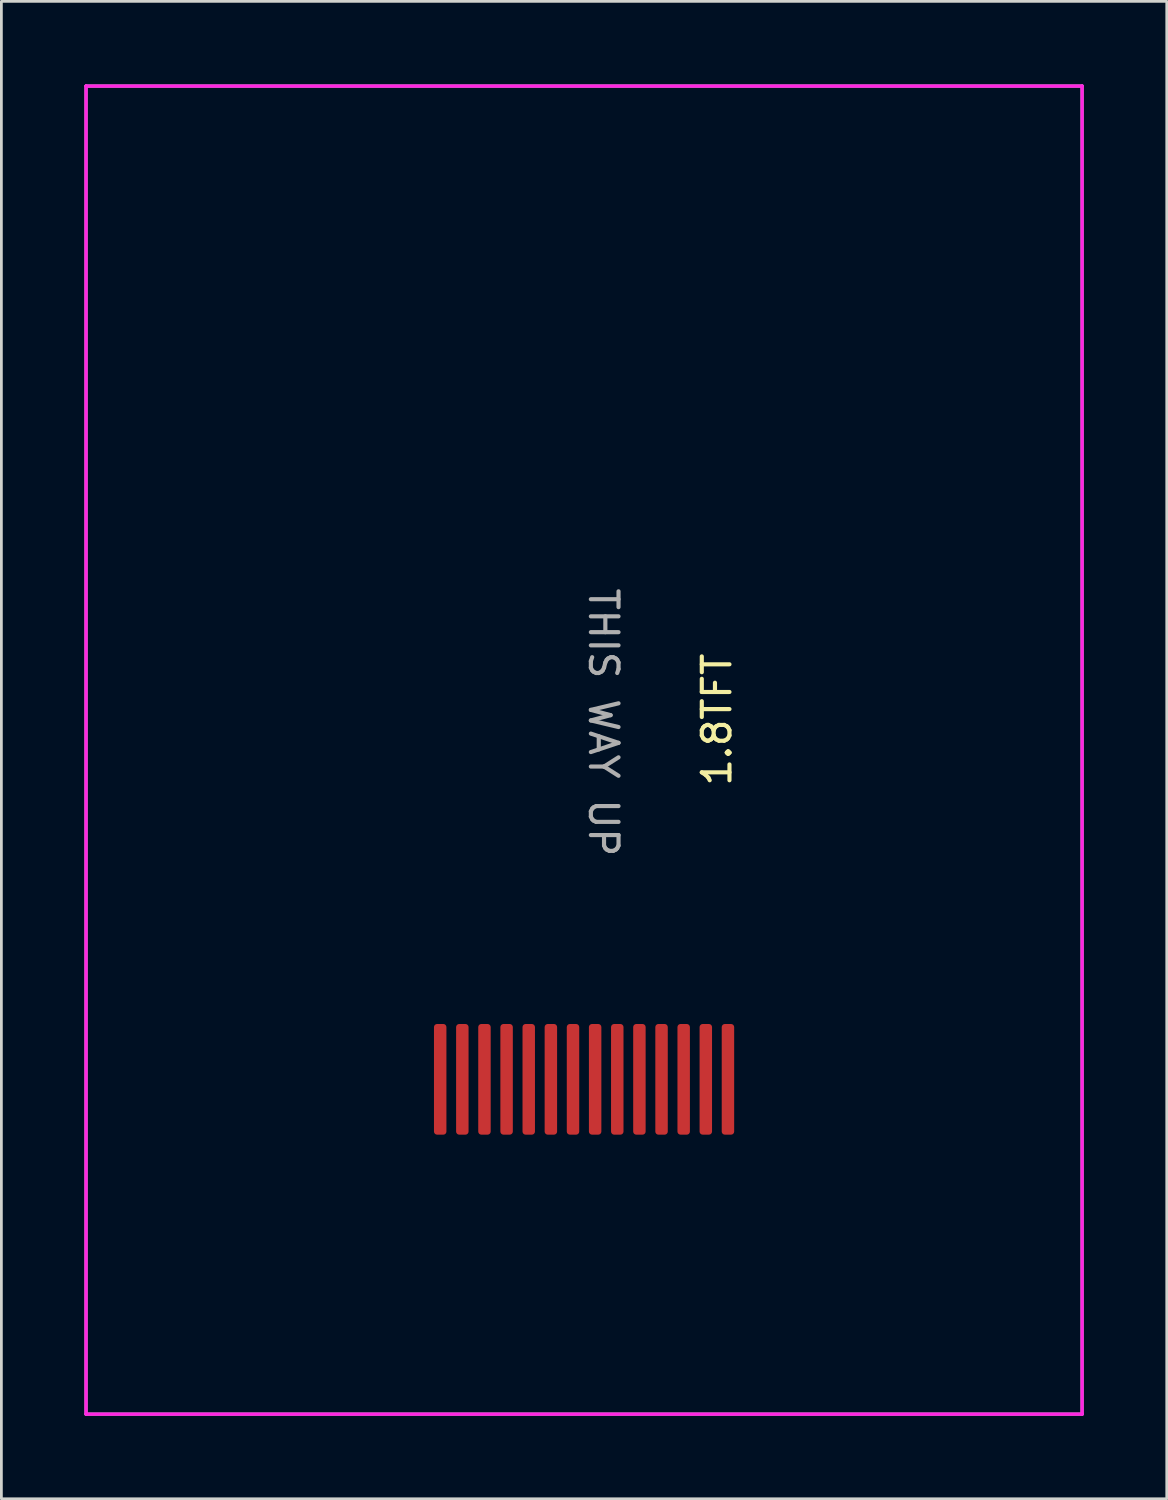
<source format=kicad_pcb>
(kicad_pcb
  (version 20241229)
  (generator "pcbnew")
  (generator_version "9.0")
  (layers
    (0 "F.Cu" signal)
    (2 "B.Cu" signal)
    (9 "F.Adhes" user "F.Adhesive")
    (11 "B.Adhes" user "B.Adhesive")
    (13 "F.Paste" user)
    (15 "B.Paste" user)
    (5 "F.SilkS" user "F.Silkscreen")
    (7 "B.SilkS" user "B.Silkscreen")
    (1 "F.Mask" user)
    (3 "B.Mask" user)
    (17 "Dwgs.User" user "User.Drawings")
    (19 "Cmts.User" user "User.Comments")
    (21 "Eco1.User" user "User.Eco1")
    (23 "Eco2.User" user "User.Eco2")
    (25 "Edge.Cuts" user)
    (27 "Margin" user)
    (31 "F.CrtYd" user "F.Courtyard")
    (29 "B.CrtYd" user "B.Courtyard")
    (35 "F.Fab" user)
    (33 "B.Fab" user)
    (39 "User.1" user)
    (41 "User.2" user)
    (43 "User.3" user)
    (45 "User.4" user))
  (footprint "1.8TFT"
    (layer "F.Cu")
    (at 18.06 23.06)
    (property "Reference" "1.8TFT" (at 4.8 -0.1 90) (layer "F.SilkS") (effects (font (size 1 1) (thickness 0.15))))
    (attr through_hole)
    (fp_line (start -18 -23) (end -18 25) (stroke (width 0.12) (type solid)) (layer "F.CrtYd"))
    (fp_line (start -18 25) (end 18 25) (stroke (width 0.12) (type solid)) (layer "F.CrtYd"))
    (fp_line (start 18 -23) (end -18 -23) (stroke (width 0.12) (type solid)) (layer "F.CrtYd"))
    (fp_line (start 18 25) (end 18 -23) (stroke (width 0.12) (type solid)) (layer "F.CrtYd"))
    (fp_line (start -18 -23) (end -18 25) (stroke (width 0.12) (type solid)) (layer "F.Fab"))
    (fp_line (start -18 25) (end 18 25) (stroke (width 0.12) (type solid)) (layer "F.Fab"))
    (fp_line (start 18 -23) (end -18 -23) (stroke (width 0.12) (type solid)) (layer "F.Fab"))
    (fp_line (start 18 25) (end 18 -23) (stroke (width 0.12) (type solid)) (layer "F.Fab"))
    (fp_text user "THIS WAY UP" (at 0.7 0 270) (unlocked yes) (layer "F.Fab") (effects (font (size 1 1) (thickness 0.15))))
    (pad "1" smd roundrect (at 5.2 12.9) (size 0.45 4) (layers "F.Cu" "F.Mask" "F.Paste") (roundrect_rratio 0.25))
    (pad "2" smd roundrect (at 4.4 12.9) (size 0.45 4) (layers "F.Cu" "F.Mask" "F.Paste") (roundrect_rratio 0.25))
    (pad "3" smd roundrect (at 3.6 12.9) (size 0.45 4) (layers "F.Cu" "F.Mask" "F.Paste") (roundrect_rratio 0.25))
    (pad "4" smd roundrect (at 2.8 12.9) (size 0.45 4) (layers "F.Cu" "F.Mask" "F.Paste") (roundrect_rratio 0.25))
    (pad "5" smd roundrect (at 2 12.9) (size 0.45 4) (layers "F.Cu" "F.Mask" "F.Paste") (roundrect_rratio 0.25))
    (pad "6" smd roundrect (at 1.2 12.9) (size 0.45 4) (layers "F.Cu" "F.Mask" "F.Paste") (roundrect_rratio 0.25))
    (pad "7" smd roundrect (at 0.4 12.9) (size 0.45 4) (layers "F.Cu" "F.Mask" "F.Paste") (roundrect_rratio 0.25))
    (pad "8" smd roundrect (at -0.4 12.9) (size 0.45 4) (layers "F.Cu" "F.Mask" "F.Paste") (roundrect_rratio 0.25))
    (pad "9" smd roundrect (at -1.2 12.9) (size 0.45 4) (layers "F.Cu" "F.Mask" "F.Paste") (roundrect_rratio 0.25))
    (pad "10" smd roundrect (at -2 12.9) (size 0.45 4) (layers "F.Cu" "F.Mask" "F.Paste") (roundrect_rratio 0.25))
    (pad "11" smd roundrect (at -2.8 12.9) (size 0.45 4) (layers "F.Cu" "F.Mask" "F.Paste") (roundrect_rratio 0.25))
    (pad "12" smd roundrect (at -3.6 12.9) (size 0.45 4) (layers "F.Cu" "F.Mask" "F.Paste") (roundrect_rratio 0.25))
    (pad "13" smd roundrect (at -4.4 12.9) (size 0.45 4) (layers "F.Cu" "F.Mask" "F.Paste") (roundrect_rratio 0.25))
    (pad "14" smd roundrect (at -5.2 12.9) (size 0.45 4) (layers "F.Cu" "F.Mask" "F.Paste") (roundrect_rratio 0.25)))
  (gr_rect
    (start -3 -3)
    (end 39.12 51.12)
    (stroke (width 0.1) (type default))
    (fill no)
    (layer "Edge.Cuts")))
</source>
